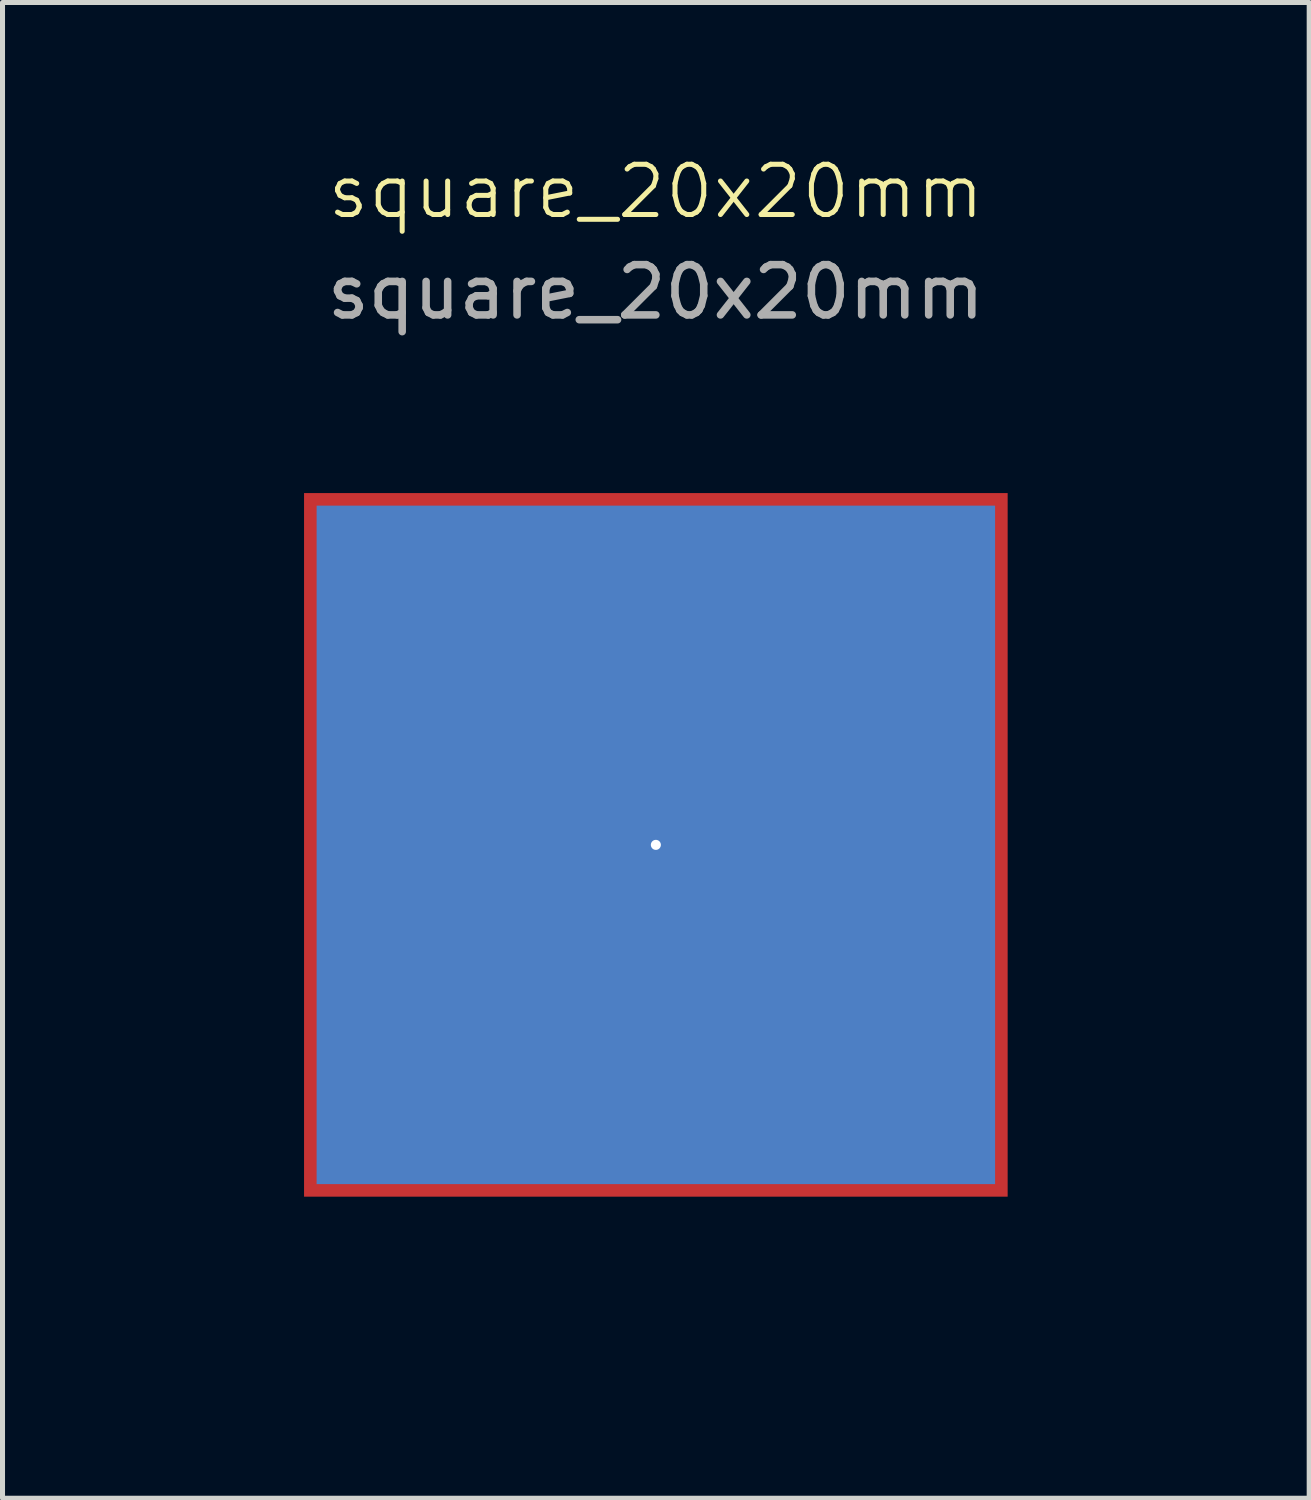
<source format=kicad_pcb>
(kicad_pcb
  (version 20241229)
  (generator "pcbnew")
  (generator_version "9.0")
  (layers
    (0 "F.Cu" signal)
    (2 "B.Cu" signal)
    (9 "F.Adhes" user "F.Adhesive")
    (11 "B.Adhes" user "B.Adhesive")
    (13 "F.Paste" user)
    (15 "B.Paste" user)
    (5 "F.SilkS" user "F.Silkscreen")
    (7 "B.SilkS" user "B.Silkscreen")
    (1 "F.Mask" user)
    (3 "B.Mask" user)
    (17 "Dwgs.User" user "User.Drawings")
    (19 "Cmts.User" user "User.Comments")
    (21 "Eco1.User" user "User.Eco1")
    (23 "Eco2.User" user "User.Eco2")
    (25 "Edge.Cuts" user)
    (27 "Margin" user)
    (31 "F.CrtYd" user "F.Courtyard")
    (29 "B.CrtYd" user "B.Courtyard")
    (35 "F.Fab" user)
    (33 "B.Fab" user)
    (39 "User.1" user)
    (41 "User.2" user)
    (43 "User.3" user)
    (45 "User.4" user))
  (footprint "square_20x20mm"
    (layer "F.Cu")
    (at 10 13.761)
    (property "Reference" "square_20x20mm" (at 0 -13 0) (unlocked yes) (layer "F.SilkS") (effects (font (size 1 1) (thickness 0.1))))
    (attr smd)
    (fp_rect (start -9.9 -9.9) (end 9.9 9.9) (stroke (width 0.1) (type solid)) (fill yes) (layer "F.Mask"))
    (fp_poly (pts (xy -0.3 6.9) (xy -0.3 9.9) (xy -9.9 9.9) (xy -9.9 -9.9) (xy 9.9 -9.9) (xy 9.9 9.9) (xy 0.3 9.9) (xy 0.3 6.9) (xy 6.9 6.9) (xy 6.9 -6.9) (xy -6.9 -6.9) (xy -6.9 6.9)) (stroke (width 0.1) (type solid)) (fill yes) (layer "B.Mask"))
    (fp_text user "${REFERENCE}" (at 0 -11 0) (unlocked yes) (layer "F.Fab") (effects (font (size 1 1) (thickness 0.15))))
    (pad "" np_thru_hole circle (at 0 0) (size 0.5 0.5) (drill 0.2) (layers "*.Cu"))
    (pad "1" smd rect (at 0 0) (size 13.5 13.5) (layers "B.Cu"))
    (pad "1" smd rect (at 0 0) (size 14 14) (layers "F.Cu" "F.Mask"))
    (zone (net_name "") (layers "F.Cu" "B.Cu") (hatch edge 0.5) (connect_pads) (min_thickness 0.25) (filled_areas_thickness no) (keepout (tracks allowed) (vias allowed) (pads allowed) (copperpour not_allowed) (footprints allowed)) (placement (enabled no)) (fill) (polygon (pts (xy 0 3.76) (xy 0 23.761) (xy 20 23.761) (xy 20 3.76)))))
  (gr_rect
    (start -3 -3)
    (end 23 26.761)
    (stroke (width 0.1) (type default))
    (fill no)
    (layer "Edge.Cuts")))
</source>
